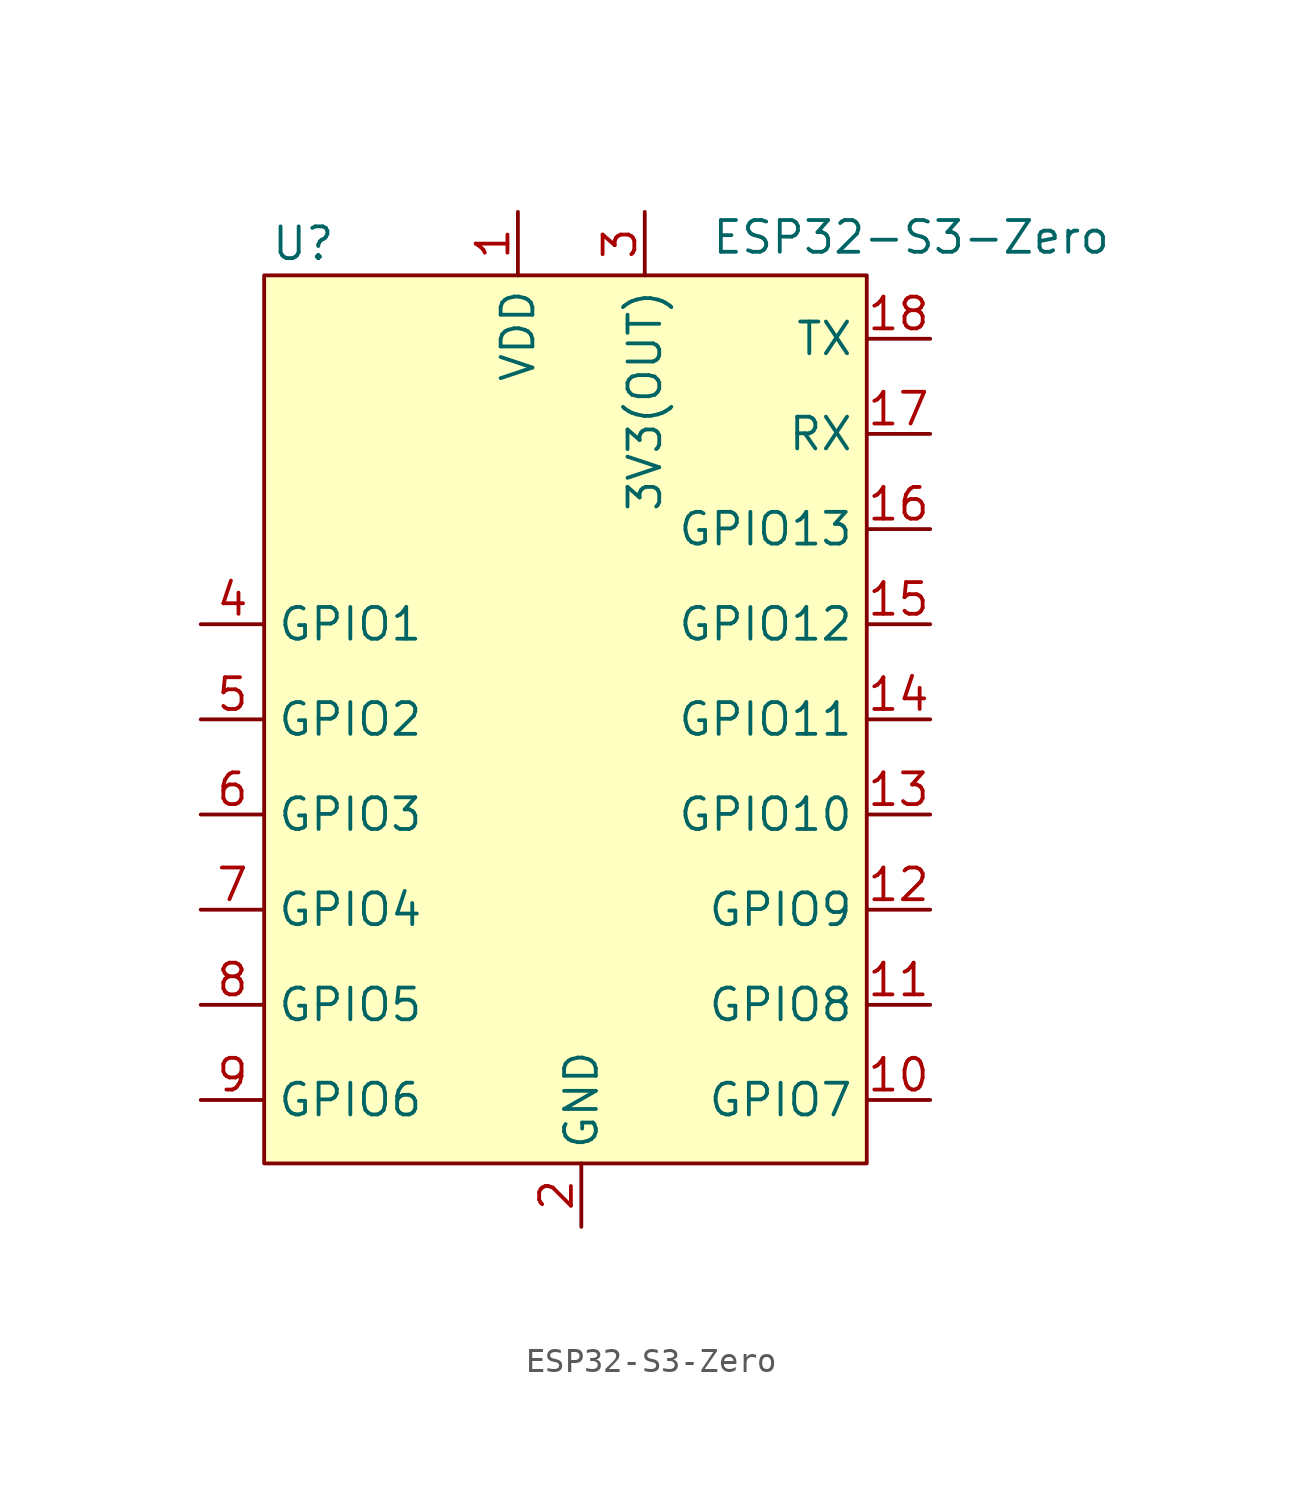
<source format=kicad_sym>
(kicad_symbol_lib
  (version 20231120)
  (generator "kicad_symbol_editor")
  (generator_version "8.0")
  (symbol "ESP32-S3-Zero"
    (property "Reference" "U"
      (at 0.254 1.27 0)
      (effects (font (size 1.27 1.27)) (justify left)))
    (property "Value" "ESP32-S3-Zero"
      (at 25.908 1.524 0)
      (effects (font (size 1.27 1.27))))
    (symbol "ESP32-S3-Zero_1_1"
      (rectangle (start 0 0) (end 24.13 -35.56) (stroke (width 0) (type default)) (fill (type background)))
      (pin power_in line (at 10.16 2.54 270) (length 2.54) (name "VDD" (effects (font (size 1.27 1.27)))) (number "1" (effects (font (size 1.27 1.27)))))
      (pin bidirectional line (at 26.67 -33.02 180) (length 2.54) (name "GPIO7" (effects (font (size 1.27 1.27)))) (number "10" (effects (font (size 1.27 1.27)))))
      (pin bidirectional line (at 26.67 -29.21 180) (length 2.54) (name "GPIO8" (effects (font (size 1.27 1.27)))) (number "11" (effects (font (size 1.27 1.27)))))
      (pin bidirectional line (at 26.67 -25.4 180) (length 2.54) (name "GPIO9" (effects (font (size 1.27 1.27)))) (number "12" (effects (font (size 1.27 1.27)))))
      (pin bidirectional line (at 26.67 -21.59 180) (length 2.54) (name "GPIO10" (effects (font (size 1.27 1.27)))) (number "13" (effects (font (size 1.27 1.27)))))
      (pin bidirectional line (at 26.67 -17.78 180) (length 2.54) (name "GPIO11" (effects (font (size 1.27 1.27)))) (number "14" (effects (font (size 1.27 1.27)))))
      (pin bidirectional line (at 26.67 -13.97 180) (length 2.54) (name "GPIO12" (effects (font (size 1.27 1.27)))) (number "15" (effects (font (size 1.27 1.27)))))
      (pin bidirectional line (at 26.67 -10.16 180) (length 2.54) (name "GPIO13" (effects (font (size 1.27 1.27)))) (number "16" (effects (font (size 1.27 1.27)))))
      (pin input line (at 26.67 -6.35 180) (length 2.54) (name "RX" (effects (font (size 1.27 1.27)))) (number "17" (effects (font (size 1.27 1.27)))))
      (pin output line (at 26.67 -2.54 180) (length 2.54) (name "TX" (effects (font (size 1.27 1.27)))) (number "18" (effects (font (size 1.27 1.27)))))
      (pin power_in line (at 12.7 -38.1 90) (length 2.54) (name "GND" (effects (font (size 1.27 1.27)))) (number "2" (effects (font (size 1.27 1.27)))))
      (pin power_out line (at 15.24 2.54 270) (length 2.54) (name "3V3(OUT)" (effects (font (size 1.27 1.27)))) (number "3" (effects (font (size 1.27 1.27)))))
      (pin bidirectional line (at -2.54 -13.97 0) (length 2.54) (name "GPIO1" (effects (font (size 1.27 1.27)))) (number "4" (effects (font (size 1.27 1.27)))))
      (pin bidirectional line (at -2.54 -17.78 0) (length 2.54) (name "GPIO2" (effects (font (size 1.27 1.27)))) (number "5" (effects (font (size 1.27 1.27)))))
      (pin bidirectional line (at -2.54 -21.59 0) (length 2.54) (name "GPIO3" (effects (font (size 1.27 1.27)))) (number "6" (effects (font (size 1.27 1.27)))))
      (pin bidirectional line (at -2.54 -25.4 0) (length 2.54) (name "GPIO4" (effects (font (size 1.27 1.27)))) (number "7" (effects (font (size 1.27 1.27)))))
      (pin bidirectional line (at -2.54 -29.21 0) (length 2.54) (name "GPIO5" (effects (font (size 1.27 1.27)))) (number "8" (effects (font (size 1.27 1.27)))))
      (pin bidirectional line (at -2.54 -33.02 0) (length 2.54) (name "GPIO6" (effects (font (size 1.27 1.27)))) (number "9" (effects (font (size 1.27 1.27))))))))
</source>
